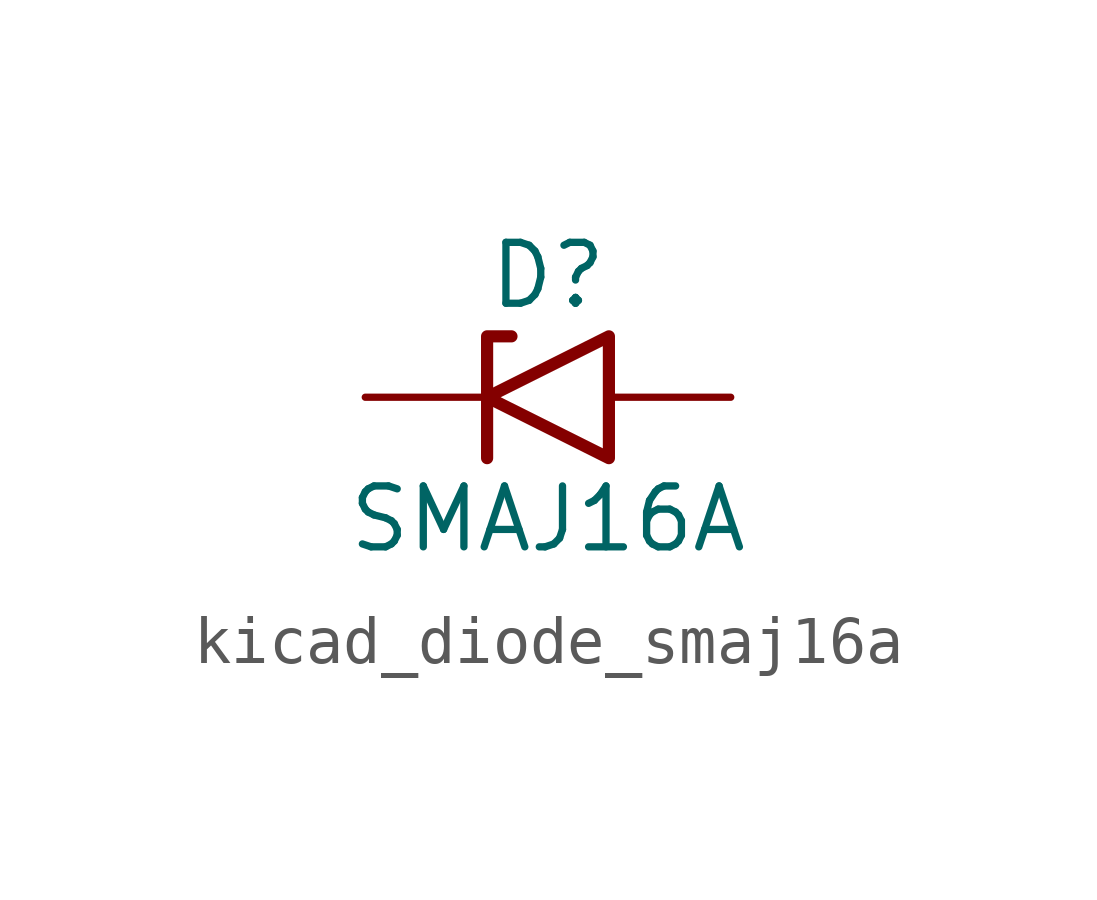
<source format=kicad_sym>
(kicad_symbol_lib
  (version 20220914)
  (generator kicad_symbol_editor)
  (symbol "kicad_diode_smaj16a"
    (pin_numbers hide)
    (pin_names
      (offset 1.016) hide)
    (property "Reference" "D"
      (at 0 2.54 0)
      (effects (font (size 1.27 1.27))))
    (property "Value" "SMAJ16A"
      (at 0 -2.54 0)
      (effects (font (size 1.27 1.27))))
    (symbol "kicad_diode_smaj16a_0_1"
      (polyline (pts (xy -0.762 1.27) (xy -1.27 1.27) (xy -1.27 -1.27)) (stroke (width 0.254) (type default)) (fill (type none)))
      (polyline (pts (xy 1.27 1.27) (xy 1.27 -1.27) (xy -1.27 0) (xy 1.27 1.27)) (stroke (width 0.254) (type default)) (fill (type none))))
    (symbol "kicad_diode_smaj16a_1_1"
      (pin passive line (at -3.81 0 0) (length 2.54) (name "A1" (effects (font (size 1.27 1.27)))) (number "1" (effects (font (size 1.27 1.27)))))
      (pin passive line (at 3.81 0 180) (length 2.54) (name "A2" (effects (font (size 1.27 1.27)))) (number "2" (effects (font (size 1.27 1.27))))))))
</source>
